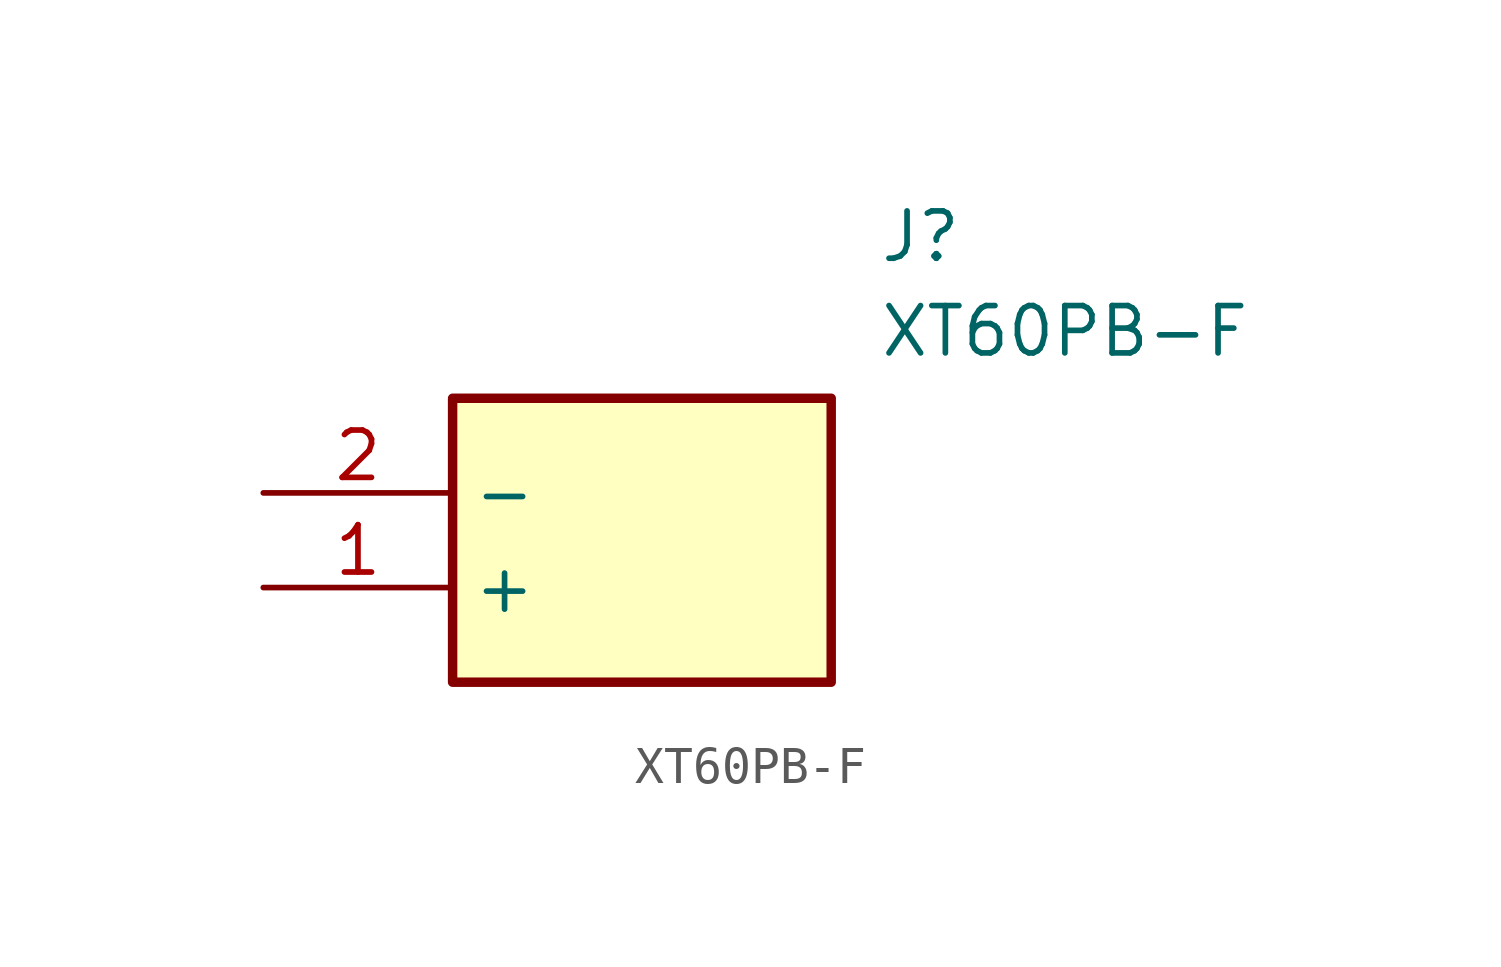
<source format=kicad_sym>
(kicad_symbol_lib
  (version 20211014)
  (generator SamacSys_ECAD_Model)
  (symbol "XT60PB-F"
    (property "Reference" "J"
      (at 16.51 7.62 0)
      (effects (font (size 1.27 1.27)) (justify left top)))
    (property "Value" "XT60PB-F"
      (at 16.51 5.08 0)
      (effects (font (size 1.27 1.27)) (justify left top)))
    (rectangle
      (start 5.08 2.54)
      (end 15.24 -5.08)
      (stroke (width 0.254) (type default))
      (fill (type background)))
    (pin passive line
      (at 0 -2.54 0)
      (length 5.08)
      (name "+" (effects (font (size 1.27 1.27))))
      (number "1" (effects (font (size 1.27 1.27)))))
    (pin passive line
      (at 0 0 0)
      (length 5.08)
      (name "-" (effects (font (size 1.27 1.27))))
      (number "2" (effects (font (size 1.27 1.27)))))))
</source>
